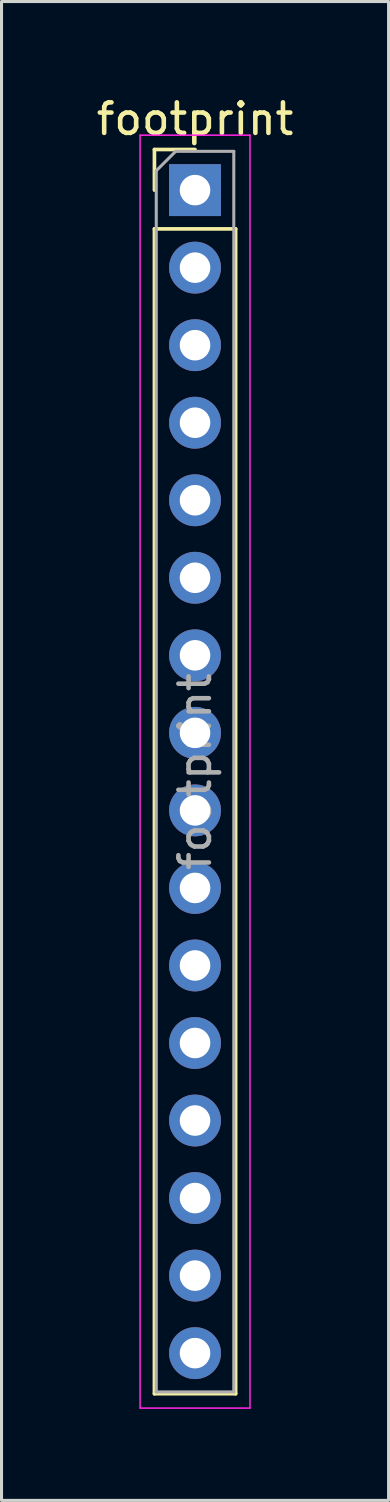
<source format=kicad_pcb>
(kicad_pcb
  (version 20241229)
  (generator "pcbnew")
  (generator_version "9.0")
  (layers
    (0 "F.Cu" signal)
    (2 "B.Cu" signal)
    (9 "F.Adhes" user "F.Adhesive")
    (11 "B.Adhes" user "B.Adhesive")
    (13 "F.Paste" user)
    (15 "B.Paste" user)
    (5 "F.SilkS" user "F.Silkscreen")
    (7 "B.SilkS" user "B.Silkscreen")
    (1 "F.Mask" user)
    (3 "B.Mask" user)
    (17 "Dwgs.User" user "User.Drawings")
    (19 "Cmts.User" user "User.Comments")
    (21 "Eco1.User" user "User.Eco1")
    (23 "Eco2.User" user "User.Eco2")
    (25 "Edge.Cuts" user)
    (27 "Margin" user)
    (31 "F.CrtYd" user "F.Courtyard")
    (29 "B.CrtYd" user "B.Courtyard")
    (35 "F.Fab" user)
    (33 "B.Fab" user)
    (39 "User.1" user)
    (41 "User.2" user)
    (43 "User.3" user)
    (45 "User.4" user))
  (footprint "footprint"
    (layer "F.Cu")
    (at 3.339 3.178)
    (property "Reference" "footprint" (at 0 -2.33 0) (layer "F.SilkS") (effects (font (size 1 1) (thickness 0.15))))
    (attr through_hole)
    (fp_line (start -1.33 -1.33) (end 0 -1.33) (stroke (width 0.12) (type solid)) (layer "F.SilkS"))
    (fp_line (start -1.33 0) (end -1.33 -1.33) (stroke (width 0.12) (type solid)) (layer "F.SilkS"))
    (fp_line (start -1.33 1.27) (end -1.33 39.43) (stroke (width 0.12) (type solid)) (layer "F.SilkS"))
    (fp_line (start -1.33 1.27) (end 1.33 1.27) (stroke (width 0.12) (type solid)) (layer "F.SilkS"))
    (fp_line (start -1.33 39.43) (end 1.33 39.43) (stroke (width 0.12) (type solid)) (layer "F.SilkS"))
    (fp_line (start 1.33 1.27) (end 1.33 39.43) (stroke (width 0.12) (type solid)) (layer "F.SilkS"))
    (fp_line (start -1.8 -1.8) (end -1.8 39.9) (stroke (width 0.05) (type solid)) (layer "F.CrtYd"))
    (fp_line (start -1.8 39.9) (end 1.8 39.9) (stroke (width 0.05) (type solid)) (layer "F.CrtYd"))
    (fp_line (start 1.8 -1.8) (end -1.8 -1.8) (stroke (width 0.05) (type solid)) (layer "F.CrtYd"))
    (fp_line (start 1.8 39.9) (end 1.8 -1.8) (stroke (width 0.05) (type solid)) (layer "F.CrtYd"))
    (fp_line (start -1.27 -0.635) (end -0.635 -1.27) (stroke (width 0.1) (type solid)) (layer "F.Fab"))
    (fp_line (start -1.27 39.37) (end -1.27 -0.635) (stroke (width 0.1) (type solid)) (layer "F.Fab"))
    (fp_line (start -0.635 -1.27) (end 1.27 -1.27) (stroke (width 0.1) (type solid)) (layer "F.Fab"))
    (fp_line (start 1.27 -1.27) (end 1.27 39.37) (stroke (width 0.1) (type solid)) (layer "F.Fab"))
    (fp_line (start 1.27 39.37) (end -1.27 39.37) (stroke (width 0.1) (type solid)) (layer "F.Fab"))
    (fp_text user "${REFERENCE}" (at 0 19.05 90) (layer "F.Fab") (effects (font (size 1 1) (thickness 0.15))))
    (pad "1" thru_hole rect (at 0 0) (size 1.7 1.7) (drill 1) (layers "*.Cu" "*.Mask"))
    (pad "2" thru_hole oval (at 0 2.54) (size 1.7 1.7) (drill 1) (layers "*.Cu" "*.Mask"))
    (pad "3" thru_hole oval (at 0 5.08) (size 1.7 1.7) (drill 1) (layers "*.Cu" "*.Mask"))
    (pad "4" thru_hole oval (at 0 7.62) (size 1.7 1.7) (drill 1) (layers "*.Cu" "*.Mask"))
    (pad "5" thru_hole oval (at 0 10.16) (size 1.7 1.7) (drill 1) (layers "*.Cu" "*.Mask"))
    (pad "6" thru_hole oval (at 0 12.7) (size 1.7 1.7) (drill 1) (layers "*.Cu" "*.Mask"))
    (pad "7" thru_hole oval (at 0 15.24) (size 1.7 1.7) (drill 1) (layers "*.Cu" "*.Mask"))
    (pad "8" thru_hole oval (at 0 17.78) (size 1.7 1.7) (drill 1) (layers "*.Cu" "*.Mask"))
    (pad "9" thru_hole oval (at 0 20.32) (size 1.7 1.7) (drill 1) (layers "*.Cu" "*.Mask"))
    (pad "10" thru_hole oval (at 0 22.86) (size 1.7 1.7) (drill 1) (layers "*.Cu" "*.Mask"))
    (pad "11" thru_hole oval (at 0 25.4) (size 1.7 1.7) (drill 1) (layers "*.Cu" "*.Mask"))
    (pad "12" thru_hole oval (at 0 27.94) (size 1.7 1.7) (drill 1) (layers "*.Cu" "*.Mask"))
    (pad "13" thru_hole oval (at 0 30.48) (size 1.7 1.7) (drill 1) (layers "*.Cu" "*.Mask"))
    (pad "14" thru_hole oval (at 0 33.02) (size 1.7 1.7) (drill 1) (layers "*.Cu" "*.Mask"))
    (pad "15" thru_hole oval (at 0 35.56) (size 1.7 1.7) (drill 1) (layers "*.Cu" "*.Mask"))
    (pad "16" thru_hole oval (at 0 38.1) (size 1.7 1.7) (drill 1) (layers "*.Cu" "*.Mask")))
  (gr_rect
    (start -3 -3)
    (end 9.679 46.103)
    (stroke (width 0.1) (type default))
    (fill no)
    (layer "Edge.Cuts")))
</source>
